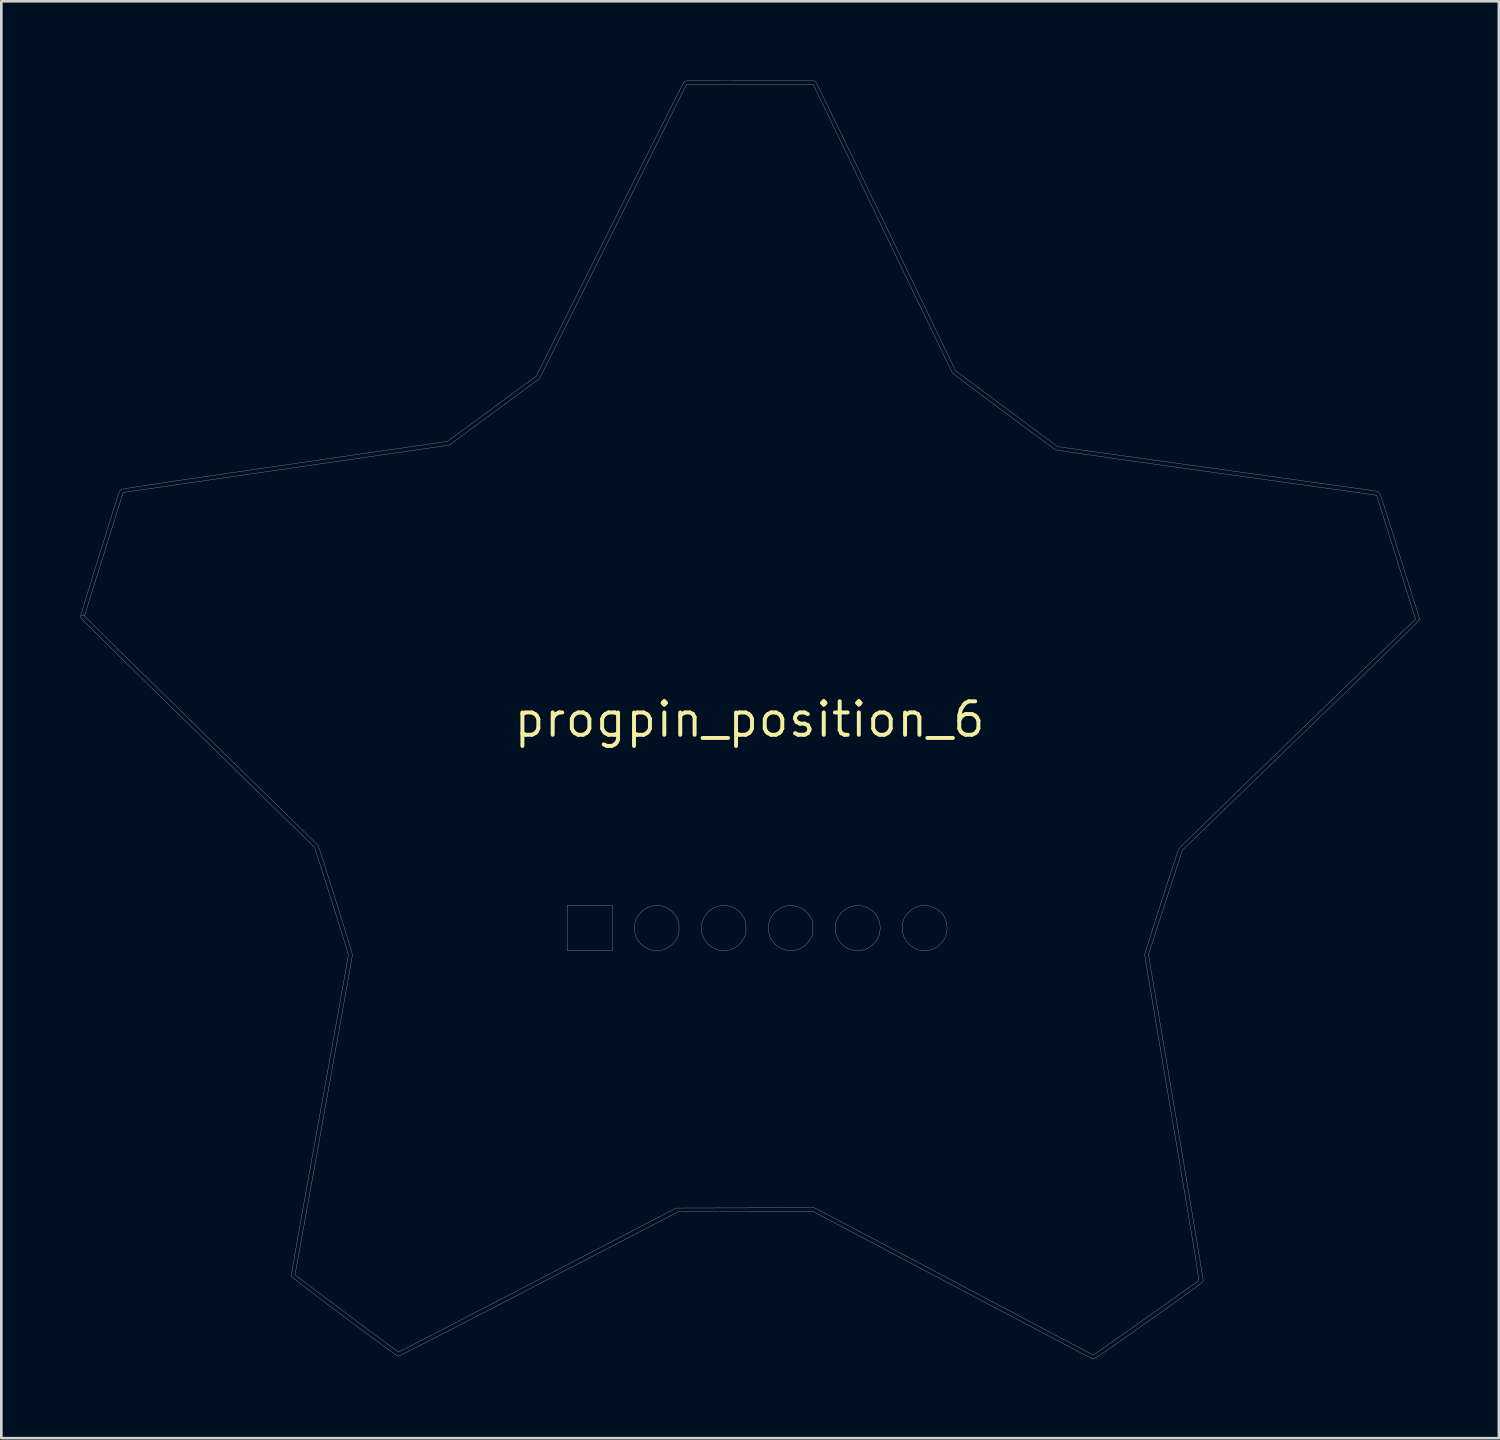
<source format=kicad_pcb>
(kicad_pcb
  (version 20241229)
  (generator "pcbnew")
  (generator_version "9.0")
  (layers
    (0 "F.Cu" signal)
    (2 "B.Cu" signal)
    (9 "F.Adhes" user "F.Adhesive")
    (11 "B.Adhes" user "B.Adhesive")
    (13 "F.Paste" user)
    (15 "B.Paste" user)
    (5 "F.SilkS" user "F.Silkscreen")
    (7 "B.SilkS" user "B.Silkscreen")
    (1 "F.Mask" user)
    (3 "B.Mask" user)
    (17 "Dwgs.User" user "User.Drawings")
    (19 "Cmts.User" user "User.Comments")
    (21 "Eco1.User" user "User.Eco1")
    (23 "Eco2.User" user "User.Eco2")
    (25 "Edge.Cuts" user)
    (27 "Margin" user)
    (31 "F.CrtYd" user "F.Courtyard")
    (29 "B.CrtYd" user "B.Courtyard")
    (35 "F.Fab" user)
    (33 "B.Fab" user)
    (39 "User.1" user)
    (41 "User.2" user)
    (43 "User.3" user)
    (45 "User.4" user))
  (footprint "progpin_position_6"
    (layer "F.Cu")
    (at 25.383 24.241)
    (property "Reference" "progpin_position_6" (at 0 0 0) (layer "F.SilkS") (effects (font (size 1.27 1.27) (thickness 0.15))))
    (attr through_hole)
    (fp_poly (pts (xy -5.207 8.763) (xy -6.921 8.763) (xy -6.921 7.048) (xy -5.207 7.048) (xy -5.207 8.763)) (stroke (width 0.01) (type solid)) (fill no) (layer "Dwgs.User"))
    (fp_poly (pts (xy 4.294 7.077) (xy 4.453 7.13) (xy 4.6 7.215) (xy 4.729 7.328) (xy 4.836 7.47) (xy 4.913 7.636) (xy 4.945 7.774) (xy 4.952 7.93) (xy 4.936 8.086) (xy 4.898 8.227) (xy 4.884 8.26) (xy 4.8 8.4) (xy 4.685 8.529) (xy 4.552 8.636) (xy 4.47 8.683) (xy 4.398 8.717) (xy 4.335 8.737) (xy 4.267 8.749) (xy 4.179 8.755) (xy 4.129 8.757) (xy 4.014 8.757) (xy 3.927 8.75) (xy 3.854 8.734) (xy 3.816 8.722) (xy 3.647 8.64) (xy 3.506 8.53) (xy 3.394 8.397) (xy 3.313 8.248) (xy 3.263 8.087) (xy 3.245 7.918) (xy 3.262 7.749) (xy 3.313 7.583) (xy 3.4 7.425) (xy 3.496 7.31) (xy 3.638 7.193) (xy 3.795 7.112) (xy 3.959 7.066) (xy 4.127 7.055) (xy 4.294 7.077)) (stroke (width 0.01) (type solid)) (fill no) (layer "Dwgs.User"))
    (fp_poly (pts (xy 6.789 7.07) (xy 6.959 7.118) (xy 7.116 7.198) (xy 7.253 7.308) (xy 7.342 7.415) (xy 7.423 7.567) (xy 7.474 7.736) (xy 7.492 7.913) (xy 7.478 8.087) (xy 7.43 8.248) (xy 7.424 8.26) (xy 7.34 8.4) (xy 7.226 8.529) (xy 7.092 8.636) (xy 7.01 8.683) (xy 6.937 8.717) (xy 6.874 8.738) (xy 6.805 8.75) (xy 6.715 8.756) (xy 6.669 8.758) (xy 6.556 8.759) (xy 6.471 8.752) (xy 6.401 8.738) (xy 6.357 8.723) (xy 6.191 8.641) (xy 6.051 8.53) (xy 5.938 8.396) (xy 5.854 8.244) (xy 5.802 8.079) (xy 5.783 7.908) (xy 5.799 7.735) (xy 5.853 7.566) (xy 5.895 7.484) (xy 5.962 7.392) (xy 6.052 7.297) (xy 6.152 7.211) (xy 6.249 7.147) (xy 6.267 7.137) (xy 6.436 7.078) (xy 6.612 7.056) (xy 6.789 7.07)) (stroke (width 0.01) (type solid)) (fill no) (layer "Dwgs.User"))
    (fp_poly (pts (xy 1.759 7.079) (xy 1.921 7.135) (xy 2.07 7.223) (xy 2.202 7.342) (xy 2.311 7.492) (xy 2.343 7.552) (xy 2.37 7.61) (xy 2.387 7.662) (xy 2.397 7.719) (xy 2.401 7.794) (xy 2.402 7.898) (xy 2.402 7.906) (xy 2.402 8.011) (xy 2.398 8.087) (xy 2.388 8.144) (xy 2.372 8.197) (xy 2.345 8.256) (xy 2.335 8.277) (xy 2.233 8.437) (xy 2.1 8.572) (xy 1.943 8.677) (xy 1.928 8.684) (xy 1.856 8.717) (xy 1.794 8.738) (xy 1.726 8.749) (xy 1.637 8.755) (xy 1.589 8.757) (xy 1.474 8.757) (xy 1.387 8.75) (xy 1.314 8.734) (xy 1.276 8.722) (xy 1.107 8.64) (xy 0.966 8.53) (xy 0.854 8.397) (xy 0.773 8.248) (xy 0.723 8.087) (xy 0.705 7.918) (xy 0.722 7.749) (xy 0.773 7.583) (xy 0.86 7.425) (xy 0.956 7.31) (xy 1.099 7.192) (xy 1.256 7.111) (xy 1.422 7.066) (xy 1.591 7.055) (xy 1.759 7.079)) (stroke (width 0.01) (type solid)) (fill no) (layer "Dwgs.User"))
    (fp_poly (pts (xy -3.348 7.072) (xy -3.181 7.124) (xy -3.026 7.211) (xy -2.89 7.33) (xy -2.777 7.478) (xy -2.737 7.552) (xy -2.71 7.61) (xy -2.693 7.662) (xy -2.683 7.719) (xy -2.679 7.794) (xy -2.678 7.898) (xy -2.678 7.906) (xy -2.678 8.011) (xy -2.683 8.087) (xy -2.692 8.146) (xy -2.709 8.199) (xy -2.736 8.26) (xy -2.744 8.276) (xy -2.841 8.432) (xy -2.971 8.566) (xy -3.127 8.671) (xy -3.152 8.684) (xy -3.224 8.717) (xy -3.287 8.738) (xy -3.355 8.75) (xy -3.445 8.756) (xy -3.491 8.757) (xy -3.597 8.758) (xy -3.675 8.754) (xy -3.74 8.741) (xy -3.807 8.718) (xy -3.814 8.715) (xy -3.99 8.625) (xy -4.135 8.506) (xy -4.248 8.36) (xy -4.318 8.218) (xy -4.365 8.038) (xy -4.372 7.858) (xy -4.342 7.683) (xy -4.277 7.518) (xy -4.178 7.37) (xy -4.049 7.243) (xy -3.892 7.143) (xy -3.876 7.136) (xy -3.701 7.075) (xy -3.523 7.055) (xy -3.348 7.072)) (stroke (width 0.01) (type solid)) (fill no) (layer "Dwgs.User"))
    (fp_poly (pts (xy -0.759 7.084) (xy -0.599 7.144) (xy -0.451 7.237) (xy -0.322 7.361) (xy -0.216 7.516) (xy -0.197 7.552) (xy -0.17 7.61) (xy -0.153 7.662) (xy -0.143 7.719) (xy -0.139 7.794) (xy -0.138 7.898) (xy -0.138 7.906) (xy -0.138 8.011) (xy -0.142 8.087) (xy -0.152 8.144) (xy -0.168 8.197) (xy -0.195 8.256) (xy -0.205 8.277) (xy -0.307 8.437) (xy -0.44 8.572) (xy -0.597 8.677) (xy -0.612 8.684) (xy -0.684 8.717) (xy -0.747 8.738) (xy -0.815 8.75) (xy -0.905 8.756) (xy -0.951 8.757) (xy -1.058 8.758) (xy -1.138 8.753) (xy -1.205 8.74) (xy -1.27 8.718) (xy -1.445 8.628) (xy -1.592 8.509) (xy -1.706 8.364) (xy -1.787 8.195) (xy -1.832 8.006) (xy -1.833 7.994) (xy -1.832 7.832) (xy -1.796 7.666) (xy -1.728 7.506) (xy -1.632 7.362) (xy -1.573 7.299) (xy -1.427 7.183) (xy -1.267 7.105) (xy -1.099 7.063) (xy -0.928 7.056) (xy -0.759 7.084)) (stroke (width 0.01) (type solid)) (fill no) (layer "Dwgs.User"))
    (fp_poly (pts (xy 0.44 -24.236) (xy 0.828 -24.235) (xy 1.176 -24.234) (xy 1.484 -24.233) (xy 1.75 -24.231) (xy 1.975 -24.229) (xy 2.159 -24.227) (xy 2.301 -24.224) (xy 2.401 -24.221) (xy 2.46 -24.218) (xy 2.477 -24.215) (xy 2.493 -24.195) (xy 2.504 -24.194) (xy 2.516 -24.175) (xy 2.545 -24.119) (xy 2.592 -24.027) (xy 2.654 -23.901) (xy 2.733 -23.742) (xy 2.827 -23.551) (xy 2.936 -23.33) (xy 3.059 -23.079) (xy 3.195 -22.799) (xy 3.344 -22.493) (xy 3.505 -22.161) (xy 3.678 -21.805) (xy 3.862 -21.425) (xy 4.056 -21.024) (xy 4.261 -20.601) (xy 4.474 -20.16) (xy 4.696 -19.7) (xy 4.926 -19.223) (xy 5.163 -18.731) (xy 5.17 -18.717) (xy 7.808 -13.24) (xy 7.92 -13.152) (xy 7.952 -13.127) (xy 8.016 -13.079) (xy 8.109 -13.01) (xy 8.229 -12.92) (xy 8.373 -12.812) (xy 8.539 -12.688) (xy 8.725 -12.55) (xy 8.929 -12.398) (xy 9.147 -12.236) (xy 9.378 -12.064) (xy 9.619 -11.884) (xy 9.858 -11.707) (xy 11.683 -10.35) (xy 17.605 -9.525) (xy 18.102 -9.455) (xy 18.59 -9.387) (xy 19.066 -9.321) (xy 19.528 -9.257) (xy 19.976 -9.194) (xy 20.406 -9.134) (xy 20.818 -9.077) (xy 21.21 -9.022) (xy 21.579 -8.971) (xy 21.925 -8.923) (xy 22.245 -8.878) (xy 22.538 -8.837) (xy 22.802 -8.8) (xy 23.035 -8.768) (xy 23.236 -8.74) (xy 23.403 -8.716) (xy 23.533 -8.698) (xy 23.626 -8.685) (xy 23.68 -8.678) (xy 23.691 -8.676) (xy 23.78 -8.661) (xy 23.832 -8.645) (xy 23.854 -8.627) (xy 23.855 -8.621) (xy 23.869 -8.599) (xy 23.884 -8.6) (xy 23.891 -8.592) (xy 23.905 -8.563) (xy 23.926 -8.511) (xy 23.953 -8.434) (xy 23.988 -8.332) (xy 24.031 -8.203) (xy 24.083 -8.045) (xy 24.144 -7.856) (xy 24.215 -7.635) (xy 24.296 -7.381) (xy 24.387 -7.091) (xy 24.49 -6.765) (xy 24.604 -6.4) (xy 24.658 -6.229) (xy 24.754 -5.922) (xy 24.847 -5.626) (xy 24.935 -5.343) (xy 25.019 -5.077) (xy 25.096 -4.829) (xy 25.168 -4.602) (xy 25.231 -4.399) (xy 25.287 -4.222) (xy 25.333 -4.074) (xy 25.37 -3.957) (xy 25.396 -3.874) (xy 25.411 -3.828) (xy 25.414 -3.818) (xy 25.409 -3.793) (xy 25.389 -3.789) (xy 25.365 -3.783) (xy 25.377 -3.759) (xy 25.374 -3.752) (xy 25.362 -3.734) (xy 25.337 -3.706) (xy 25.301 -3.667) (xy 25.251 -3.615) (xy 25.187 -3.549) (xy 25.109 -3.47) (xy 25.014 -3.376) (xy 24.903 -3.265) (xy 24.774 -3.138) (xy 24.627 -2.993) (xy 24.46 -2.83) (xy 24.273 -2.647) (xy 24.064 -2.444) (xy 23.834 -2.22) (xy 23.581 -1.974) (xy 23.303 -1.705) (xy 23.001 -1.412) (xy 22.673 -1.094) (xy 22.319 -0.751) (xy 21.937 -0.382) (xy 21.527 0.015) (xy 21.088 0.44) (xy 20.909 0.612) (xy 16.417 4.955) (xy 15.773 6.936) (xy 15.129 8.917) (xy 16.176 15.1) (xy 16.261 15.606) (xy 16.345 16.1) (xy 16.426 16.582) (xy 16.505 17.05) (xy 16.581 17.502) (xy 16.654 17.937) (xy 16.724 18.353) (xy 16.79 18.748) (xy 16.852 19.121) (xy 16.91 19.471) (xy 16.964 19.794) (xy 17.013 20.091) (xy 17.058 20.359) (xy 17.097 20.597) (xy 17.13 20.802) (xy 17.158 20.974) (xy 17.18 21.111) (xy 17.196 21.211) (xy 17.205 21.272) (xy 17.207 21.294) (xy 17.19 21.321) (xy 17.184 21.34) (xy 17.167 21.357) (xy 17.116 21.396) (xy 17.035 21.457) (xy 16.926 21.537) (xy 16.791 21.636) (xy 16.632 21.751) (xy 16.452 21.881) (xy 16.251 22.025) (xy 16.034 22.181) (xy 15.801 22.347) (xy 15.555 22.522) (xy 15.297 22.704) (xy 15.137 22.817) (xy 14.818 23.043) (xy 14.532 23.244) (xy 14.277 23.424) (xy 14.052 23.582) (xy 13.854 23.72) (xy 13.683 23.839) (xy 13.537 23.94) (xy 13.414 24.024) (xy 13.313 24.092) (xy 13.231 24.145) (xy 13.168 24.185) (xy 13.122 24.213) (xy 13.091 24.229) (xy 13.073 24.235) (xy 13.068 24.234) (xy 13.044 24.221) (xy 13.039 24.233) (xy 13.022 24.254) (xy 13.012 24.256) (xy 12.992 24.246) (xy 12.935 24.217) (xy 12.844 24.17) (xy 12.72 24.105) (xy 12.565 24.024) (xy 12.379 23.927) (xy 12.166 23.815) (xy 11.925 23.688) (xy 11.659 23.548) (xy 11.369 23.396) (xy 11.057 23.231) (xy 10.724 23.056) (xy 10.371 22.87) (xy 10 22.675) (xy 9.613 22.47) (xy 9.212 22.258) (xy 8.796 22.039) (xy 8.369 21.813) (xy 7.932 21.582) (xy 7.705 21.462) (xy 2.424 18.67) (xy -0.138 18.67) (xy -2.699 18.669) (xy -8 21.42) (xy -8.467 21.662) (xy -8.921 21.898) (xy -9.361 22.125) (xy -9.784 22.344) (xy -10.191 22.554) (xy -10.578 22.755) (xy -10.946 22.944) (xy -11.292 23.123) (xy -11.616 23.289) (xy -11.916 23.443) (xy -12.191 23.584) (xy -12.438 23.711) (xy -12.658 23.823) (xy -12.849 23.92) (xy -13.009 24.001) (xy -13.137 24.065) (xy -13.231 24.111) (xy -13.291 24.14) (xy -13.314 24.15) (xy -13.315 24.15) (xy -13.343 24.137) (xy -13.358 24.139) (xy -13.378 24.128) (xy -13.43 24.094) (xy -13.51 24.037) (xy -13.616 23.961) (xy -13.746 23.867) (xy -13.896 23.757) (xy -14.065 23.633) (xy -14.25 23.497) (xy -14.448 23.35) (xy -14.656 23.195) (xy -14.873 23.034) (xy -15.095 22.868) (xy -15.32 22.7) (xy -15.545 22.531) (xy -15.769 22.363) (xy -15.988 22.198) (xy -16.199 22.039) (xy -16.401 21.886) (xy -16.59 21.742) (xy -16.765 21.609) (xy -16.922 21.489) (xy -17.059 21.383) (xy -17.174 21.294) (xy -17.264 21.224) (xy -17.325 21.173) (xy -17.357 21.146) (xy -17.361 21.14) (xy -17.37 21.11) (xy -17.378 21.103) (xy -17.378 21.087) (xy -17.373 21.041) (xy -17.362 20.964) (xy -17.345 20.857) (xy -17.322 20.718) (xy -17.293 20.547) (xy -17.258 20.343) (xy -17.217 20.105) (xy -17.169 19.833) (xy -17.115 19.526) (xy -17.055 19.184) (xy -16.987 18.805) (xy -16.913 18.389) (xy -16.832 17.936) (xy -16.744 17.444) (xy -16.649 16.913) (xy -16.546 16.343) (xy -16.436 15.732) (xy -16.319 15.081) (xy -16.311 15.034) (xy -16.22 14.534) (xy -16.132 14.045) (xy -16.046 13.567) (xy -15.963 13.104) (xy -15.883 12.656) (xy -15.805 12.226) (xy -15.731 11.814) (xy -15.661 11.423) (xy -15.595 11.054) (xy -15.533 10.708) (xy -15.476 10.389) (xy -15.424 10.096) (xy -15.377 9.832) (xy -15.335 9.599) (xy -15.3 9.397) (xy -15.27 9.23) (xy -15.247 9.098) (xy -15.231 9.002) (xy -15.221 8.946) (xy -15.219 8.93) (xy -15.225 8.903) (xy -15.244 8.838) (xy -15.273 8.739) (xy -15.313 8.608) (xy -15.362 8.448) (xy -15.42 8.261) (xy -15.485 8.051) (xy -15.557 7.82) (xy -15.636 7.571) (xy -15.719 7.307) (xy -15.807 7.03) (xy -15.859 6.865) (xy -16.499 4.851) (xy -20.934 0.515) (xy -21.298 0.159) (xy -21.655 -0.19) (xy -22.002 -0.531) (xy -22.339 -0.861) (xy -22.665 -1.18) (xy -22.978 -1.487) (xy -23.277 -1.781) (xy -23.561 -2.06) (xy -23.829 -2.324) (xy -24.079 -2.57) (xy -24.311 -2.799) (xy -24.523 -3.008) (xy -24.714 -3.197) (xy -24.882 -3.365) (xy -25.028 -3.51) (xy -25.149 -3.631) (xy -25.244 -3.726) (xy -25.313 -3.796) (xy -25.353 -3.838) (xy -25.364 -3.852) (xy -25.371 -3.887) (xy -25.378 -3.894) (xy -25.374 -3.916) (xy -25.369 -3.936) (xy -25.225 -3.936) (xy -25.21 -3.918) (xy -25.166 -3.87) (xy -25.092 -3.793) (xy -24.987 -3.688) (xy -24.853 -3.553) (xy -24.69 -3.39) (xy -24.497 -3.199) (xy -24.275 -2.979) (xy -24.025 -2.731) (xy -23.745 -2.456) (xy -23.437 -2.153) (xy -23.1 -1.822) (xy -22.735 -1.464) (xy -22.343 -1.079) (xy -21.922 -0.667) (xy -21.474 -0.228) (xy -20.998 0.238) (xy -20.813 0.418) (xy -20.449 0.774) (xy -20.093 1.123) (xy -19.746 1.463) (xy -19.409 1.793) (xy -19.083 2.112) (xy -18.769 2.418) (xy -18.47 2.712) (xy -18.185 2.991) (xy -17.917 3.254) (xy -17.666 3.5) (xy -17.433 3.729) (xy -17.22 3.938) (xy -17.028 4.126) (xy -16.858 4.293) (xy -16.712 4.438) (xy -16.59 4.558) (xy -16.493 4.654) (xy -16.424 4.723) (xy -16.383 4.765) (xy -16.37 4.778) (xy -16.358 4.807) (xy -16.334 4.874) (xy -16.3 4.974) (xy -16.257 5.105) (xy -16.206 5.262) (xy -16.147 5.443) (xy -16.083 5.644) (xy -16.013 5.862) (xy -15.94 6.093) (xy -15.863 6.335) (xy -15.784 6.584) (xy -15.705 6.836) (xy -15.626 7.088) (xy -15.548 7.338) (xy -15.472 7.581) (xy -15.4 7.814) (xy -15.332 8.034) (xy -15.269 8.238) (xy -15.213 8.422) (xy -15.164 8.583) (xy -15.124 8.718) (xy -15.093 8.823) (xy -15.073 8.895) (xy -15.065 8.93) (xy -15.065 8.932) (xy -15.069 8.957) (xy -15.08 9.022) (xy -15.098 9.124) (xy -15.122 9.261) (xy -15.152 9.433) (xy -15.188 9.636) (xy -15.229 9.868) (xy -15.276 10.128) (xy -15.327 10.414) (xy -15.382 10.723) (xy -15.441 11.054) (xy -15.504 11.404) (xy -15.569 11.771) (xy -15.638 12.154) (xy -15.709 12.551) (xy -15.782 12.959) (xy -15.857 13.376) (xy -15.933 13.801) (xy -16.01 14.231) (xy -16.088 14.664) (xy -16.166 15.099) (xy -16.244 15.533) (xy -16.322 15.965) (xy -16.398 16.391) (xy -16.474 16.812) (xy -16.548 17.223) (xy -16.62 17.623) (xy -16.69 18.011) (xy -16.757 18.384) (xy -16.822 18.741) (xy -16.883 19.078) (xy -16.94 19.395) (xy -16.993 19.689) (xy -17.042 19.958) (xy -17.086 20.2) (xy -17.124 20.413) (xy -17.158 20.596) (xy -17.185 20.745) (xy -17.206 20.86) (xy -17.221 20.937) (xy -17.228 20.972) (xy -17.246 21.064) (xy -15.296 22.527) (xy -15.041 22.718) (xy -14.796 22.901) (xy -14.562 23.076) (xy -14.341 23.24) (xy -14.136 23.392) (xy -13.949 23.531) (xy -13.782 23.654) (xy -13.637 23.761) (xy -13.516 23.849) (xy -13.421 23.917) (xy -13.355 23.964) (xy -13.319 23.987) (xy -13.314 23.99) (xy -13.293 23.98) (xy -13.235 23.952) (xy -13.144 23.906) (xy -13.019 23.842) (xy -12.863 23.762) (xy -12.676 23.666) (xy -12.462 23.556) (xy -12.22 23.431) (xy -11.953 23.293) (xy -11.662 23.143) (xy -11.349 22.981) (xy -11.014 22.808) (xy -10.661 22.625) (xy -10.289 22.432) (xy -9.901 22.231) (xy -9.499 22.022) (xy -9.083 21.806) (xy -8.655 21.584) (xy -8.217 21.356) (xy -8.033 21.261) (xy -2.783 18.531) (xy 2.458 18.52) (xy 2.705 18.648) (xy 2.745 18.668) (xy 2.821 18.708) (xy 2.931 18.766) (xy 3.073 18.841) (xy 3.247 18.932) (xy 3.449 19.039) (xy 3.68 19.161) (xy 3.936 19.296) (xy 4.217 19.445) (xy 4.52 19.605) (xy 4.845 19.776) (xy 5.189 19.958) (xy 5.551 20.15) (xy 5.929 20.35) (xy 6.322 20.557) (xy 6.728 20.772) (xy 7.145 20.992) (xy 7.572 21.218) (xy 7.99 21.44) (xy 8.422 21.668) (xy 8.844 21.891) (xy 9.254 22.108) (xy 9.652 22.319) (xy 10.036 22.521) (xy 10.403 22.716) (xy 10.753 22.901) (xy 11.084 23.076) (xy 11.394 23.24) (xy 11.683 23.392) (xy 11.948 23.532) (xy 12.188 23.659) (xy 12.401 23.772) (xy 12.586 23.869) (xy 12.741 23.952) (xy 12.865 24.017) (xy 12.957 24.065) (xy 13.014 24.095) (xy 13.035 24.107) (xy 13.036 24.107) (xy 13.053 24.095) (xy 13.104 24.06) (xy 13.184 24.004) (xy 13.293 23.929) (xy 13.427 23.834) (xy 13.585 23.723) (xy 13.765 23.597) (xy 13.964 23.457) (xy 14.181 23.305) (xy 14.412 23.142) (xy 14.656 22.97) (xy 14.911 22.79) (xy 15.025 22.709) (xy 15.285 22.526) (xy 15.534 22.349) (xy 15.773 22.181) (xy 15.997 22.022) (xy 16.206 21.874) (xy 16.396 21.739) (xy 16.566 21.619) (xy 16.713 21.515) (xy 16.835 21.428) (xy 16.93 21.36) (xy 16.996 21.312) (xy 17.03 21.287) (xy 17.035 21.284) (xy 17.037 21.275) (xy 17.036 21.252) (xy 17.032 21.215) (xy 17.026 21.162) (xy 17.016 21.091) (xy 17.003 21.002) (xy 16.987 20.894) (xy 16.967 20.764) (xy 16.943 20.612) (xy 16.915 20.436) (xy 16.882 20.236) (xy 16.845 20.009) (xy 16.803 19.755) (xy 16.756 19.473) (xy 16.704 19.161) (xy 16.647 18.818) (xy 16.584 18.442) (xy 16.516 18.033) (xy 16.441 17.589) (xy 16.36 17.109) (xy 16.273 16.592) (xy 16.179 16.036) (xy 16.078 15.44) (xy 16.024 15.121) (xy 15.939 14.617) (xy 15.856 14.124) (xy 15.774 13.642) (xy 15.695 13.175) (xy 15.619 12.723) (xy 15.546 12.288) (xy 15.476 11.872) (xy 15.41 11.476) (xy 15.347 11.102) (xy 15.288 10.752) (xy 15.234 10.428) (xy 15.184 10.13) (xy 15.139 9.862) (xy 15.1 9.623) (xy 15.066 9.417) (xy 15.037 9.244) (xy 15.015 9.106) (xy 14.998 9.006) (xy 14.989 8.944) (xy 14.986 8.922) (xy 14.992 8.896) (xy 15.011 8.832) (xy 15.04 8.735) (xy 15.08 8.607) (xy 15.128 8.453) (xy 15.184 8.275) (xy 15.246 8.077) (xy 15.314 7.863) (xy 15.387 7.635) (xy 15.463 7.397) (xy 15.541 7.152) (xy 15.621 6.904) (xy 15.701 6.657) (xy 15.78 6.412) (xy 15.857 6.174) (xy 15.931 5.947) (xy 16 5.733) (xy 16.065 5.536) (xy 16.123 5.359) (xy 16.174 5.205) (xy 16.216 5.078) (xy 16.249 4.982) (xy 16.271 4.92) (xy 16.281 4.895) (xy 16.297 4.878) (xy 16.343 4.833) (xy 16.416 4.761) (xy 16.515 4.664) (xy 16.638 4.543) (xy 16.785 4.4) (xy 16.953 4.236) (xy 17.142 4.053) (xy 17.349 3.851) (xy 17.573 3.633) (xy 17.814 3.399) (xy 18.068 3.151) (xy 18.336 2.892) (xy 18.615 2.621) (xy 18.904 2.34) (xy 19.202 2.052) (xy 19.506 1.756) (xy 19.816 1.456) (xy 20.131 1.151) (xy 20.448 0.844) (xy 20.766 0.535) (xy 21.084 0.227) (xy 21.4 -0.079) (xy 21.713 -0.382) (xy 22.021 -0.68) (xy 22.323 -0.973) (xy 22.618 -1.258) (xy 22.904 -1.534) (xy 23.179 -1.8) (xy 23.442 -2.055) (xy 23.692 -2.296) (xy 23.927 -2.523) (xy 24.146 -2.734) (xy 24.346 -2.927) (xy 24.528 -3.102) (xy 24.689 -3.257) (xy 24.828 -3.39) (xy 24.943 -3.5) (xy 25.032 -3.586) (xy 25.057 -3.609) (xy 25.258 -3.8) (xy 24.523 -6.149) (xy 24.427 -6.454) (xy 24.335 -6.747) (xy 24.248 -7.026) (xy 24.165 -7.289) (xy 24.089 -7.533) (xy 24.019 -7.756) (xy 23.956 -7.954) (xy 23.902 -8.126) (xy 23.857 -8.269) (xy 23.822 -8.381) (xy 23.797 -8.458) (xy 23.784 -8.499) (xy 23.781 -8.505) (xy 23.76 -8.508) (xy 23.699 -8.517) (xy 23.599 -8.532) (xy 23.461 -8.551) (xy 23.289 -8.575) (xy 23.083 -8.605) (xy 22.845 -8.638) (xy 22.577 -8.676) (xy 22.279 -8.718) (xy 21.955 -8.763) (xy 21.606 -8.812) (xy 21.232 -8.864) (xy 20.837 -8.92) (xy 20.421 -8.978) (xy 19.987 -9.039) (xy 19.535 -9.102) (xy 19.068 -9.167) (xy 18.587 -9.234) (xy 18.094 -9.303) (xy 17.719 -9.355) (xy 17.178 -9.431) (xy 16.653 -9.504) (xy 16.145 -9.575) (xy 15.657 -9.643) (xy 15.19 -9.709) (xy 14.745 -9.772) (xy 14.323 -9.832) (xy 13.926 -9.888) (xy 13.555 -9.941) (xy 13.212 -9.99) (xy 12.899 -10.035) (xy 12.615 -10.076) (xy 12.364 -10.112) (xy 12.146 -10.144) (xy 11.963 -10.171) (xy 11.816 -10.193) (xy 11.706 -10.21) (xy 11.636 -10.222) (xy 11.606 -10.228) (xy 11.605 -10.229) (xy 11.579 -10.246) (xy 11.521 -10.287) (xy 11.436 -10.348) (xy 11.324 -10.429) (xy 11.19 -10.528) (xy 11.036 -10.642) (xy 10.863 -10.769) (xy 10.676 -10.907) (xy 10.476 -11.056) (xy 10.266 -11.211) (xy 10.049 -11.373) (xy 9.827 -11.538) (xy 9.603 -11.705) (xy 9.379 -11.871) (xy 9.159 -12.036) (xy 8.945 -12.196) (xy 8.739 -12.35) (xy 8.544 -12.496) (xy 8.362 -12.632) (xy 8.197 -12.757) (xy 8.051 -12.867) (xy 7.926 -12.962) (xy 7.825 -13.038) (xy 7.751 -13.096) (xy 7.707 -13.131) (xy 7.694 -13.142) (xy 7.683 -13.164) (xy 7.655 -13.222) (xy 7.609 -13.316) (xy 7.548 -13.442) (xy 7.471 -13.601) (xy 7.379 -13.791) (xy 7.273 -14.009) (xy 7.155 -14.255) (xy 7.023 -14.527) (xy 6.88 -14.824) (xy 6.726 -15.143) (xy 6.561 -15.484) (xy 6.387 -15.844) (xy 6.205 -16.223) (xy 6.014 -16.619) (xy 5.815 -17.03) (xy 5.611 -17.455) (xy 5.4 -17.892) (xy 5.184 -18.339) (xy 5.045 -18.627) (xy 2.418 -24.077) (xy -2.392 -24.088) (xy -5.183 -18.505) (xy -7.975 -12.922) (xy -9.685 -11.664) (xy -11.396 -10.406) (xy -11.662 -10.367) (xy -11.708 -10.36) (xy -11.794 -10.348) (xy -11.917 -10.33) (xy -12.075 -10.307) (xy -12.266 -10.279) (xy -12.488 -10.247) (xy -12.739 -10.21) (xy -13.017 -10.17) (xy -13.32 -10.126) (xy -13.645 -10.079) (xy -13.991 -10.028) (xy -14.355 -9.976) (xy -14.735 -9.92) (xy -15.13 -9.863) (xy -15.537 -9.804) (xy -15.955 -9.743) (xy -16.38 -9.682) (xy -16.811 -9.619) (xy -17.247 -9.556) (xy -17.684 -9.492) (xy -18.12 -9.429) (xy -18.555 -9.366) (xy -18.985 -9.304) (xy -19.409 -9.242) (xy -19.823 -9.182) (xy -20.228 -9.123) (xy -20.619 -9.066) (xy -20.996 -9.012) (xy -21.356 -8.96) (xy -21.697 -8.91) (xy -22.016 -8.864) (xy -22.313 -8.821) (xy -22.584 -8.781) (xy -22.828 -8.746) (xy -23.043 -8.715) (xy -23.226 -8.688) (xy -23.376 -8.667) (xy -23.49 -8.65) (xy -23.566 -8.639) (xy -23.603 -8.634) (xy -23.603 -8.634) (xy -23.763 -8.611) (xy -24.489 -6.29) (xy -24.584 -5.987) (xy -24.676 -5.694) (xy -24.763 -5.415) (xy -24.845 -5.153) (xy -24.921 -4.909) (xy -24.991 -4.686) (xy -25.053 -4.488) (xy -25.107 -4.315) (xy -25.151 -4.172) (xy -25.186 -4.06) (xy -25.21 -3.983) (xy -25.223 -3.942) (xy -25.225 -3.936) (xy -25.369 -3.936) (xy -25.359 -3.975) (xy -25.332 -4.069) (xy -25.294 -4.195) (xy -25.248 -4.352) (xy -25.192 -4.536) (xy -25.129 -4.745) (xy -25.058 -4.975) (xy -24.981 -5.226) (xy -24.898 -5.493) (xy -24.811 -5.774) (xy -24.719 -6.067) (xy -24.71 -6.096) (xy -24.617 -6.395) (xy -24.526 -6.685) (xy -24.438 -6.965) (xy -24.355 -7.23) (xy -24.277 -7.478) (xy -24.206 -7.707) (xy -24.142 -7.912) (xy -24.086 -8.092) (xy -24.038 -8.243) (xy -24.001 -8.362) (xy -23.975 -8.447) (xy -23.96 -8.493) (xy -23.923 -8.603) (xy -23.892 -8.671) (xy -23.868 -8.699) (xy -23.865 -8.7) (xy -23.837 -8.714) (xy -23.834 -8.726) (xy -23.82 -8.731) (xy -23.78 -8.739) (xy -23.712 -8.752) (xy -23.614 -8.768) (xy -23.488 -8.789) (xy -23.331 -8.813) (xy -23.143 -8.842) (xy -22.923 -8.876) (xy -22.671 -8.914) (xy -22.385 -8.957) (xy -22.065 -9.005) (xy -21.71 -9.057) (xy -21.319 -9.115) (xy -20.891 -9.178) (xy -20.427 -9.246) (xy -19.924 -9.319) (xy -19.382 -9.398) (xy -18.8 -9.483) (xy -18.178 -9.574) (xy -17.648 -9.651) (xy -11.462 -10.549) (xy -9.776 -11.788) (xy -8.091 -13.028) (xy -5.294 -18.622) (xy -5.064 -19.081) (xy -4.84 -19.53) (xy -4.62 -19.968) (xy -4.408 -20.392) (xy -4.202 -20.802) (xy -4.004 -21.195) (xy -3.815 -21.571) (xy -3.636 -21.928) (xy -3.466 -22.265) (xy -3.307 -22.58) (xy -3.16 -22.872) (xy -3.025 -23.138) (xy -2.903 -23.379) (xy -2.795 -23.591) (xy -2.701 -23.775) (xy -2.622 -23.928) (xy -2.56 -24.049) (xy -2.514 -24.136) (xy -2.486 -24.188) (xy -2.476 -24.204) (xy -2.457 -24.206) (xy -2.455 -24.213) (xy -2.439 -24.217) (xy -2.39 -24.221) (xy -2.306 -24.224) (xy -2.188 -24.226) (xy -2.034 -24.229) (xy -1.844 -24.231) (xy -1.616 -24.232) (xy -1.35 -24.234) (xy -1.045 -24.235) (xy -0.7 -24.235) (xy -0.314 -24.236) (xy 0.011 -24.236) (xy 0.44 -24.236)) (stroke (width 0.01) (type solid)) (fill no) (layer "Dwgs.User")))
  (gr_rect
    (start -3 -3)
    (end 53.803 51.501)
    (stroke (width 0.1) (type default))
    (fill no)
    (layer "Edge.Cuts")))
</source>
